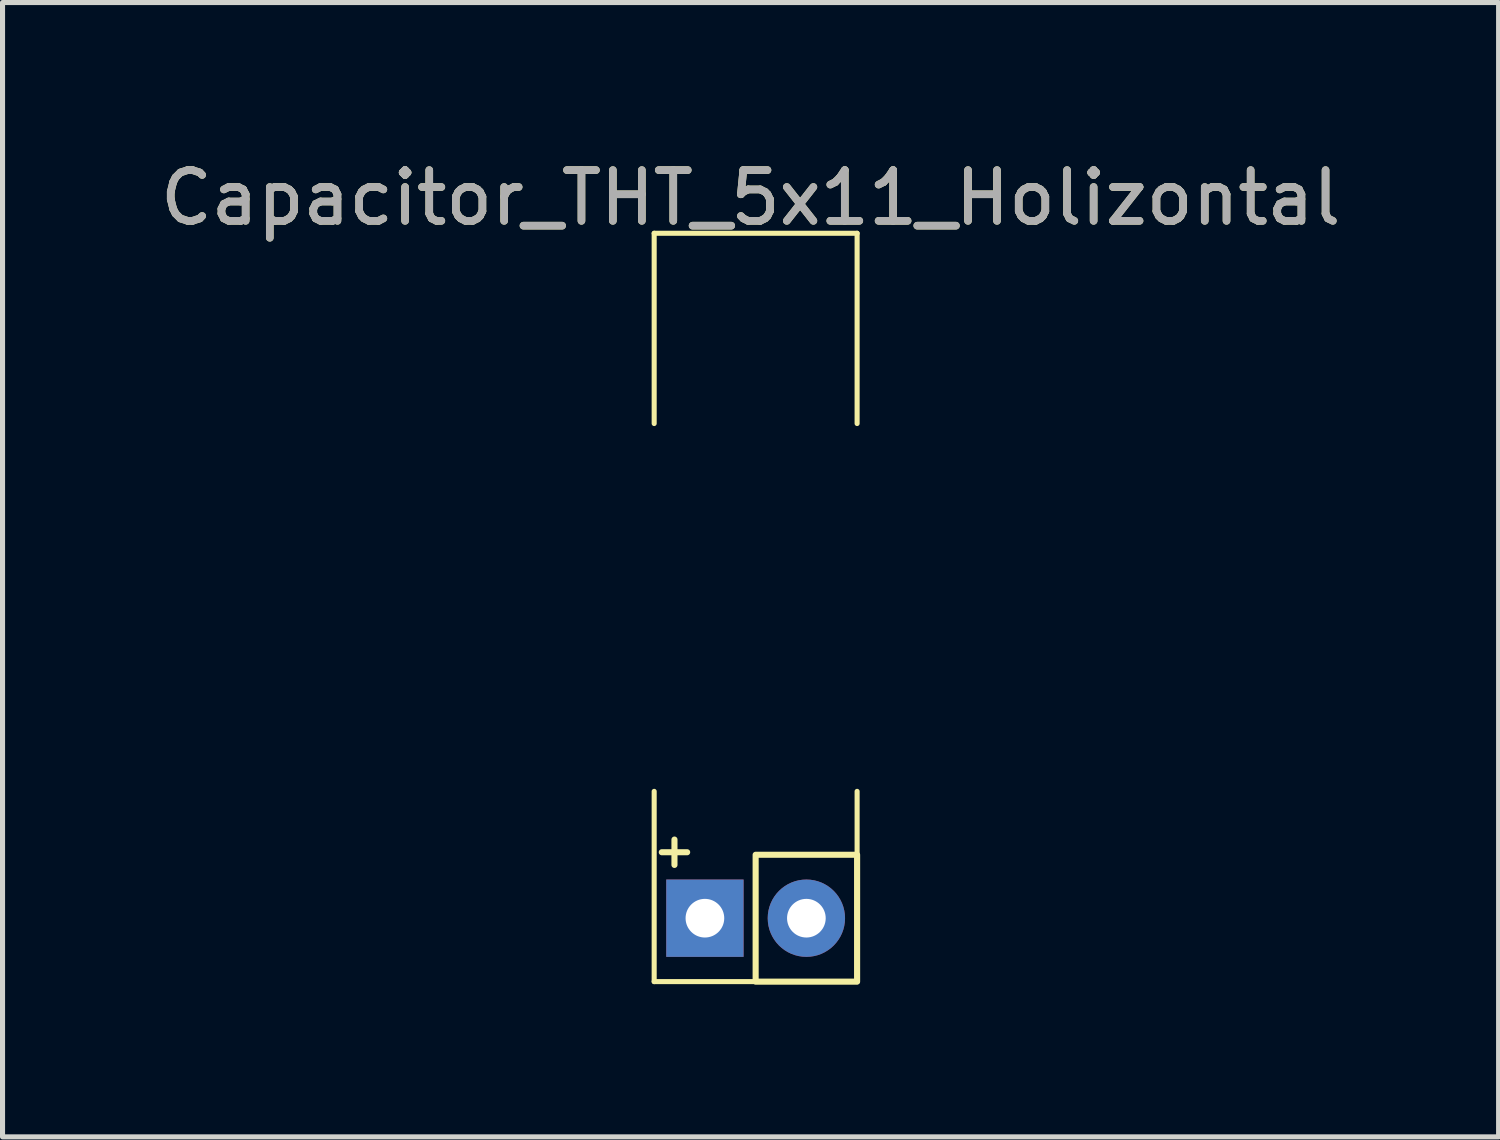
<source format=kicad_pcb>
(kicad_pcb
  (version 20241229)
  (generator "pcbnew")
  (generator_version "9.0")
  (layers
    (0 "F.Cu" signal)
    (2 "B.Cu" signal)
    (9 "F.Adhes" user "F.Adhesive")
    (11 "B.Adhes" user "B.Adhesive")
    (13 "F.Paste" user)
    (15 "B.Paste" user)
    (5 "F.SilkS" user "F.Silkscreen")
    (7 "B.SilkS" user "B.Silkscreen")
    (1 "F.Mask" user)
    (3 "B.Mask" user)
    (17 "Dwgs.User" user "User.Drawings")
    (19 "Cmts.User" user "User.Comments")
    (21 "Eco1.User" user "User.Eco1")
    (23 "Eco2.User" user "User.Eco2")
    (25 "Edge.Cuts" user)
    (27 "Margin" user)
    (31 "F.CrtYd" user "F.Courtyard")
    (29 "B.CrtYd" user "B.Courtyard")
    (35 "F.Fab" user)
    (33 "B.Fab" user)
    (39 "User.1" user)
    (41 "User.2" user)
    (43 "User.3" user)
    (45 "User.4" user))
  (footprint "Capacitor_THT_5x11_Holizontal"
    (layer "F.Cu")
    (at 10.844 15.048)
    (property "Reference" "Capacitor_THT_5x11_Holizontal" (at 0.9 -14.2 0) (layer "F.SilkS") (effects (font (size 1 1) (thickness 0.15))))
    (attr through_hole)
    (fp_line (start -1 -13.5) (end 3 -13.5) (stroke (width 0.1) (type solid)) (layer "F.SilkS"))
    (fp_line (start -1 -9.75) (end -1 -13.5) (stroke (width 0.1) (type solid)) (layer "F.SilkS"))
    (fp_line (start -1 1.25) (end -1 -2.5) (stroke (width 0.1) (type solid)) (layer "F.SilkS"))
    (fp_line (start -0.85 -1.3) (end -0.35 -1.3) (stroke (width 0.12) (type solid)) (layer "F.SilkS"))
    (fp_line (start -0.6 -1.55) (end -0.6 -1.05) (stroke (width 0.12) (type solid)) (layer "F.SilkS"))
    (fp_line (start 3 -9.75) (end 3 -13.5) (stroke (width 0.1) (type solid)) (layer "F.SilkS"))
    (fp_line (start 3 1.25) (end -1 1.25) (stroke (width 0.1) (type solid)) (layer "F.SilkS"))
    (fp_line (start 3 1.25) (end 3 -2.5) (stroke (width 0.1) (type solid)) (layer "F.SilkS"))
    (fp_rect (start 1 -1.25) (end 3 1.25) (stroke (width 0.12) (type solid)) (fill no) (layer "F.SilkS"))
    (fp_text user "${REFERENCE}" (at 0.9 -14.2 0) (layer "F.Fab") (effects (font (size 1 1) (thickness 0.15))))
    (pad "1" thru_hole rect (at 0 0) (size 1.524 1.524) (drill 0.762) (layers "*.Cu" "*.Mask"))
    (pad "2" thru_hole circle (at 2 0) (size 1.524 1.524) (drill 0.762) (layers "*.Cu" "*.Mask")))
  (gr_rect
    (start -3 -3)
    (end 26.488 19.358)
    (stroke (width 0.1) (type default))
    (fill no)
    (layer "Edge.Cuts")))
</source>
